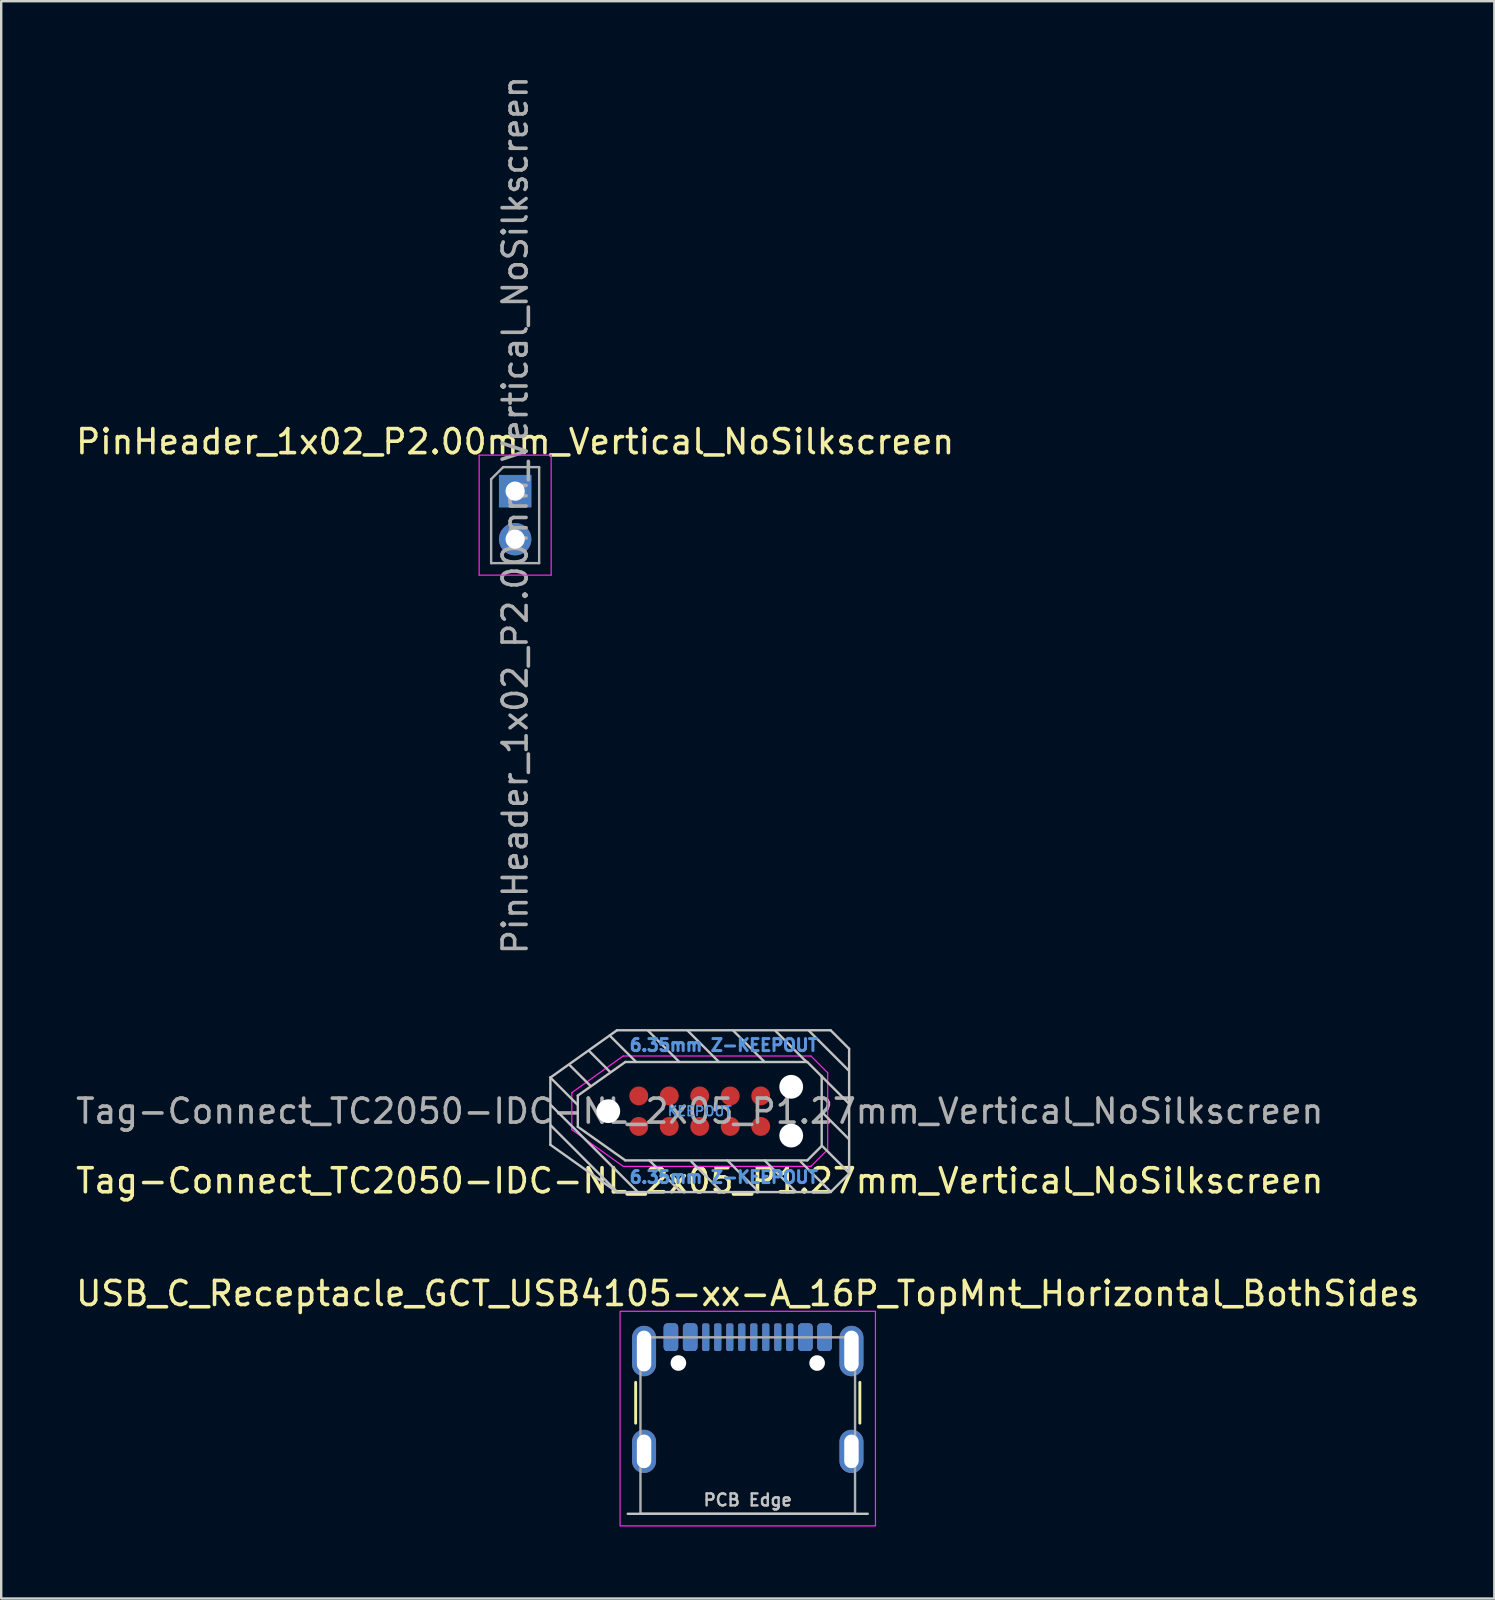
<source format=kicad_pcb>
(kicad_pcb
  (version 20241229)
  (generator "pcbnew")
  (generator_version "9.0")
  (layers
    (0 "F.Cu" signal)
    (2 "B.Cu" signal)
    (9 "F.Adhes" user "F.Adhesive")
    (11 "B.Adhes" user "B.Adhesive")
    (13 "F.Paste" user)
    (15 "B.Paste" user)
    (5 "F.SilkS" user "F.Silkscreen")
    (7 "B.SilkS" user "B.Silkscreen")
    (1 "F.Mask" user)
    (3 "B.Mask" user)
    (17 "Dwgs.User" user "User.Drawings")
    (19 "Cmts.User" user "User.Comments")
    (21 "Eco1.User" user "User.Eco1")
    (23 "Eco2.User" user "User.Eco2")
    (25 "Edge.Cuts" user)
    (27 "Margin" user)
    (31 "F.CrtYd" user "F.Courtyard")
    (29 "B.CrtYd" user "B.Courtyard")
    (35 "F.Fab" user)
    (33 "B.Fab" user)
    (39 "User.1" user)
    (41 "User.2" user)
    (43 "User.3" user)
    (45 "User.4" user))
  (footprint "USB_C_Receptacle_GCT_USB4105-xx-A_16P_TopMnt_Horizontal_BothSides"
    (layer "F.Cu")
    (at 28.101 56.338)
    (property "Reference" "USB_C_Receptacle_GCT_USB4105-xx-A_16P_TopMnt_Horizontal_BothSides" (at 0 -5.5 0) (unlocked yes) (layer "F.SilkS") (effects (font (size 1 1) (thickness 0.15))))
    (attr smd)
    (fp_line (start -4.67 -0.1) (end -4.67 -1.8) (stroke (width 0.12) (type solid)) (layer "F.SilkS"))
    (fp_line (start 4.67 -0.1) (end 4.67 -1.8) (stroke (width 0.12) (type solid)) (layer "F.SilkS"))
    (fp_line (start 5 3.675) (end -5 3.675) (stroke (width 0.1) (type solid)) (layer "Dwgs.User"))
    (fp_rect (start -5.32 -4.76) (end 5.32 4.18) (stroke (width 0.05) (type solid)) (fill no) (layer "F.CrtYd"))
    (fp_rect (start -4.47 -3.675) (end 4.47 3.675) (stroke (width 0.1) (type solid)) (fill no) (layer "F.Fab"))
    (fp_text user "PCB Edge" (at 0 3.1 0) (unlocked yes) (layer "Dwgs.User") (effects (font (size 0.5 0.5) (thickness 0.1))))
    (pad "" np_thru_hole circle (at -2.89 -2.605) (size 0.65 0.65) (drill 0.65) (layers "*.Cu" "*.Mask"))
    (pad "" np_thru_hole circle (at 2.89 -2.605) (size 0.65 0.65) (drill 0.65) (layers "*.Cu" "*.Mask"))
    (pad "A1" smd roundrect (at -3.2 -3.68) (size 0.6 1.15) (layers "F.Cu" "F.Mask" "F.Paste") (roundrect_rratio 0.25))
    (pad "A1" smd roundrect (at 3.2 -3.68) (size 0.6 1.15) (layers "B.Cu" "B.Mask" "B.Paste") (roundrect_rratio 0.25))
    (pad "A4" smd roundrect (at -2.4 -3.68) (size 0.6 1.15) (layers "F.Cu" "F.Mask" "F.Paste") (roundrect_rratio 0.25))
    (pad "A4" smd roundrect (at 2.4 -3.68) (size 0.6 1.15) (layers "B.Cu" "B.Mask" "B.Paste") (roundrect_rratio 0.25))
    (pad "A5" smd roundrect (at -1.25 -3.68) (size 0.3 1.15) (layers "F.Cu" "F.Mask" "F.Paste") (roundrect_rratio 0.25))
    (pad "A5" smd roundrect (at 1.25 -3.68) (size 0.3 1.15) (layers "B.Cu" "B.Mask" "B.Paste") (roundrect_rratio 0.25))
    (pad "A6" smd roundrect (at -0.25 -3.68) (size 0.3 1.15) (layers "F.Cu" "F.Mask" "F.Paste") (roundrect_rratio 0.25))
    (pad "A6" smd roundrect (at 0.25 -3.68) (size 0.3 1.15) (layers "B.Cu" "B.Mask" "B.Paste") (roundrect_rratio 0.25))
    (pad "A7" smd roundrect (at -0.25 -3.68) (size 0.3 1.15) (layers "B.Cu" "B.Mask" "B.Paste") (roundrect_rratio 0.25))
    (pad "A7" smd roundrect (at 0.25 -3.68) (size 0.3 1.15) (layers "F.Cu" "F.Mask" "F.Paste") (roundrect_rratio 0.25))
    (pad "A8" smd roundrect (at -1.25 -3.68) (size 0.3 1.15) (layers "B.Cu" "B.Mask" "B.Paste") (roundrect_rratio 0.25))
    (pad "A8" smd roundrect (at 1.25 -3.68) (size 0.3 1.15) (layers "F.Cu" "F.Mask" "F.Paste") (roundrect_rratio 0.25))
    (pad "A9" smd roundrect (at -2.4 -3.68) (size 0.6 1.15) (layers "B.Cu" "B.Mask" "B.Paste") (roundrect_rratio 0.25))
    (pad "A9" smd roundrect (at 2.4 -3.68) (size 0.6 1.15) (layers "F.Cu" "F.Mask" "F.Paste") (roundrect_rratio 0.25))
    (pad "A12" smd roundrect (at -3.2 -3.68) (size 0.6 1.15) (layers "B.Cu" "B.Mask" "B.Paste") (roundrect_rratio 0.25))
    (pad "A12" smd roundrect (at 3.2 -3.68) (size 0.6 1.15) (layers "F.Cu" "F.Mask" "F.Paste") (roundrect_rratio 0.25))
    (pad "B1" smd roundrect (at -3.2 -3.68) (size 0.6 1.15) (layers "B.Cu" "B.Mask" "B.Paste") (roundrect_rratio 0.25))
    (pad "B1" smd roundrect (at 3.2 -3.68) (size 0.6 1.15) (layers "F.Cu" "F.Mask" "F.Paste") (roundrect_rratio 0.25))
    (pad "B4" smd roundrect (at -2.4 -3.68) (size 0.6 1.15) (layers "B.Cu" "B.Mask" "B.Paste") (roundrect_rratio 0.25))
    (pad "B4" smd roundrect (at 2.4 -3.68) (size 0.6 1.15) (layers "F.Cu" "F.Mask" "F.Paste") (roundrect_rratio 0.25))
    (pad "B5" smd roundrect (at -1.75 -3.68) (size 0.3 1.15) (layers "B.Cu" "B.Mask" "B.Paste") (roundrect_rratio 0.25))
    (pad "B5" smd roundrect (at 1.75 -3.68) (size 0.3 1.15) (layers "F.Cu" "F.Mask" "F.Paste") (roundrect_rratio 0.25))
    (pad "B6" smd roundrect (at -0.75 -3.68) (size 0.3 1.15) (layers "B.Cu" "B.Mask" "B.Paste") (roundrect_rratio 0.25))
    (pad "B6" smd roundrect (at 0.75 -3.68) (size 0.3 1.15) (layers "F.Cu" "F.Mask" "F.Paste") (roundrect_rratio 0.25))
    (pad "B7" smd roundrect (at -0.75 -3.68) (size 0.3 1.15) (layers "F.Cu" "F.Mask" "F.Paste") (roundrect_rratio 0.25))
    (pad "B7" smd roundrect (at 0.75 -3.68) (size 0.3 1.15) (layers "B.Cu" "B.Mask" "B.Paste") (roundrect_rratio 0.25))
    (pad "B8" smd roundrect (at -1.75 -3.68) (size 0.3 1.15) (layers "F.Cu" "F.Mask" "F.Paste") (roundrect_rratio 0.25))
    (pad "B8" smd roundrect (at 1.75 -3.68) (size 0.3 1.15) (layers "B.Cu" "B.Mask" "B.Paste") (roundrect_rratio 0.25))
    (pad "B9" smd roundrect (at -2.4 -3.68) (size 0.6 1.15) (layers "F.Cu" "F.Mask" "F.Paste") (roundrect_rratio 0.25))
    (pad "B9" smd roundrect (at 2.4 -3.68) (size 0.6 1.15) (layers "B.Cu" "B.Mask" "B.Paste") (roundrect_rratio 0.25))
    (pad "B12" smd roundrect (at -3.2 -3.68) (size 0.6 1.15) (layers "F.Cu" "F.Mask" "F.Paste") (roundrect_rratio 0.25))
    (pad "B12" smd roundrect (at 3.2 -3.68) (size 0.6 1.15) (layers "B.Cu" "B.Mask" "B.Paste") (roundrect_rratio 0.25))
    (pad "S1" thru_hole oval (at -4.32 -3.105) (size 1 2.1) (drill oval 0.6 1.7) (layers "*.Cu" "*.Mask" "F.Paste"))
    (pad "S1" thru_hole oval (at -4.32 1.075) (size 1 1.8) (drill oval 0.6 1.4) (layers "*.Cu" "*.Mask" "F.Paste"))
    (pad "S1" thru_hole oval (at 4.32 -3.105) (size 1 2.1) (drill oval 0.6 1.7) (layers "*.Cu" "*.Mask" "F.Paste"))
    (pad "S1" thru_hole oval (at 4.32 1.075) (size 1 1.8) (drill oval 0.6 1.4) (layers "*.Cu" "*.Mask" "F.Paste")))
  (footprint "Tag-Connect_TC2050-IDC-NL_2x05_P1.27mm_Vertical_NoSilkscreen"
    (layer "F.Cu")
    (at 26.101 43.241)
    (property "Reference" "Tag-Connect_TC2050-IDC-NL_2x05_P1.27mm_Vertical_NoSilkscreen" (at 0 2.9 0) (layer "F.SilkS") (effects (font (size 1 1) (thickness 0.15))))
    (attr exclude_from_pos_files exclude_from_bom)
    (fp_line (start -6.223 -1.4) (end -5.1 -0.277) (stroke (width 0.1) (type solid)) (layer "Dwgs.User"))
    (fp_line (start -6.223 -1.4) (end -3.45 -3.37) (stroke (width 0.1) (type solid)) (layer "Dwgs.User"))
    (fp_line (start -6.223 1.4) (end -6.223 -1.4) (stroke (width 0.1) (type solid)) (layer "Dwgs.User"))
    (fp_line (start -6.223 1.4) (end -3.45 3.37) (stroke (width 0.1) (type solid)) (layer "Dwgs.User"))
    (fp_line (start -6.2 -0.25) (end -2.6 3.35) (stroke (width 0.1) (type solid)) (layer "Dwgs.User"))
    (fp_line (start -6.2 0.6) (end -3.45 3.35) (stroke (width 0.1) (type solid)) (layer "Dwgs.User"))
    (fp_line (start -5.4 -1.9) (end -4.55 -1.05) (stroke (width 0.1) (type solid)) (layer "Dwgs.User"))
    (fp_line (start -5.08 -0.65) (end -3.1 -2.05) (stroke (width 0.1) (type solid)) (layer "Dwgs.User"))
    (fp_line (start -5.08 0.65) (end -5.08 -0.65) (stroke (width 0.1) (type solid)) (layer "Dwgs.User"))
    (fp_line (start -4.6 -2.5) (end -3.75 -1.65) (stroke (width 0.1) (type solid)) (layer "Dwgs.User"))
    (fp_line (start -3.75 -3.15) (end -2.65 -2.05) (stroke (width 0.1) (type solid)) (layer "Dwgs.User"))
    (fp_line (start -3.45 -3.37) (end 5.453 -3.37) (stroke (width 0.1) (type solid)) (layer "Dwgs.User"))
    (fp_line (start -3.1 -2.05) (end 4.48 -2.05) (stroke (width 0.1) (type solid)) (layer "Dwgs.User"))
    (fp_line (start -3.1 2.05) (end -5.08 0.65) (stroke (width 0.1) (type solid)) (layer "Dwgs.User"))
    (fp_line (start -2.15 -3.35) (end -0.85 -2.05) (stroke (width 0.1) (type solid)) (layer "Dwgs.User"))
    (fp_line (start -2.1 2.05) (end -0.8 3.35) (stroke (width 0.1) (type solid)) (layer "Dwgs.User"))
    (fp_line (start -0.5 -3.35) (end 0.8 -2.05) (stroke (width 0.1) (type solid)) (layer "Dwgs.User"))
    (fp_line (start -0.35 2.1) (end 0.9 3.35) (stroke (width 0.1) (type solid)) (layer "Dwgs.User"))
    (fp_line (start 1.15 2.05) (end 2.45 3.35) (stroke (width 0.1) (type solid)) (layer "Dwgs.User"))
    (fp_line (start 1.4 -3.35) (end 2.7 -2.05) (stroke (width 0.1) (type solid)) (layer "Dwgs.User"))
    (fp_line (start 2.7 2.05) (end 4 3.35) (stroke (width 0.1) (type solid)) (layer "Dwgs.User"))
    (fp_line (start 3.15 -3.35) (end 4.4 -2.1) (stroke (width 0.1) (type solid)) (layer "Dwgs.User"))
    (fp_line (start 4.2 2.1) (end 5.45 3.35) (stroke (width 0.1) (type solid)) (layer "Dwgs.User"))
    (fp_line (start 4.4 -2.1) (end 4.45 -2.05) (stroke (width 0.1) (type solid)) (layer "Dwgs.User"))
    (fp_line (start 4.48 -2.05) (end 5.08 -1.45) (stroke (width 0.1) (type solid)) (layer "Dwgs.User"))
    (fp_line (start 4.48 2.05) (end -3.1 2.05) (stroke (width 0.1) (type solid)) (layer "Dwgs.User"))
    (fp_line (start 4.48 2.05) (end 5.08 1.45) (stroke (width 0.1) (type solid)) (layer "Dwgs.User"))
    (fp_line (start 4.55 -3.35) (end 6.2 -1.7) (stroke (width 0.1) (type solid)) (layer "Dwgs.User"))
    (fp_line (start 5.08 -1.45) (end 5.08 1.45) (stroke (width 0.1) (type solid)) (layer "Dwgs.User"))
    (fp_line (start 5.08 -1.45) (end 6.2 -0.33) (stroke (width 0.1) (type solid)) (layer "Dwgs.User"))
    (fp_line (start 5.1 0.05) (end 6.2 1.15) (stroke (width 0.1) (type solid)) (layer "Dwgs.User"))
    (fp_line (start 5.1 1.45) (end 6.2 2.55) (stroke (width 0.1) (type solid)) (layer "Dwgs.User"))
    (fp_line (start 5.453 -3.37) (end 6.223 -2.6) (stroke (width 0.1) (type solid)) (layer "Dwgs.User"))
    (fp_line (start 5.453 3.37) (end -3.45 3.37) (stroke (width 0.1) (type solid)) (layer "Dwgs.User"))
    (fp_line (start 5.453 3.37) (end 6.223 2.6) (stroke (width 0.1) (type solid)) (layer "Dwgs.User"))
    (fp_line (start 6.223 -2.6) (end 6.223 2.6) (stroke (width 0.1) (type solid)) (layer "Dwgs.User"))
    (fp_line (start -5.33 -0.77) (end -3.19 -2.3) (stroke (width 0.05) (type solid)) (layer "F.CrtYd"))
    (fp_line (start -5.33 0.77) (end -5.33 -0.77) (stroke (width 0.05) (type solid)) (layer "F.CrtYd"))
    (fp_line (start -3.19 -2.3) (end 4.63 -2.3) (stroke (width 0.05) (type solid)) (layer "F.CrtYd"))
    (fp_line (start -3.19 2.3) (end -5.33 0.77) (stroke (width 0.05) (type solid)) (layer "F.CrtYd"))
    (fp_line (start 4.63 -2.3) (end 5.33 -1.6) (stroke (width 0.05) (type solid)) (layer "F.CrtYd"))
    (fp_line (start 4.63 2.3) (end -3.19 2.3) (stroke (width 0.05) (type solid)) (layer "F.CrtYd"))
    (fp_line (start 4.63 2.3) (end 5.33 1.6) (stroke (width 0.05) (type solid)) (layer "F.CrtYd"))
    (fp_line (start 5.33 -1.6) (end 5.33 1.6) (stroke (width 0.05) (type solid)) (layer "F.CrtYd"))
    (fp_text user "6.35mm Z-KEEPOUT" (at 1 -2.75 0) (layer "Cmts.User") (effects (font (size 0.5 0.5) (thickness 0.125))))
    (fp_text user "KEEPOUT" (at 0 0 0) (layer "Cmts.User") (effects (font (size 0.4 0.4) (thickness 0.07))))
    (fp_text user "6.35mm Z-KEEPOUT" (at 1 2.75 0) (layer "Cmts.User") (effects (font (size 0.5 0.5) (thickness 0.125))))
    (fp_text user "${REFERENCE}" (at 0 0 0) (layer "F.Fab") (effects (font (size 1 1) (thickness 0.15))))
    (pad "" np_thru_hole circle (at -3.81 0) (size 0.991 0.991) (drill 0.991) (layers "*.Cu" "*.Mask"))
    (pad "" np_thru_hole circle (at 3.81 -1.016) (size 0.991 0.991) (drill 0.991) (layers "*.Cu" "*.Mask"))
    (pad "" np_thru_hole circle (at 3.81 1.016) (size 0.991 0.991) (drill 0.991) (layers "*.Cu" "*.Mask"))
    (pad "1" connect circle (at -2.54 0.635) (size 0.787 0.787) (layers "F.Cu" "F.Mask"))
    (pad "2" connect circle (at -1.27 0.635) (size 0.787 0.787) (layers "F.Cu" "F.Mask"))
    (pad "3" connect circle (at 0 0.635) (size 0.787 0.787) (layers "F.Cu" "F.Mask"))
    (pad "4" connect circle (at 1.27 0.635) (size 0.787 0.787) (layers "F.Cu" "F.Mask"))
    (pad "5" connect circle (at 2.54 0.635) (size 0.787 0.787) (layers "F.Cu" "F.Mask"))
    (pad "6" connect circle (at 2.54 -0.635) (size 0.787 0.787) (layers "F.Cu" "F.Mask"))
    (pad "7" connect circle (at 1.27 -0.635) (size 0.787 0.787) (layers "F.Cu" "F.Mask"))
    (pad "8" connect circle (at 0 -0.635) (size 0.787 0.787) (layers "F.Cu" "F.Mask"))
    (pad "9" connect circle (at -1.27 -0.635) (size 0.787 0.787) (layers "F.Cu" "F.Mask"))
    (pad "10" connect circle (at -2.54 -0.635) (size 0.787 0.787) (layers "F.Cu" "F.Mask"))
    (zone (net_name "") (layer "F.Cu") (hatch full 0.508) (connect_pads) (min_thickness 0.254) (filled_areas_thickness no) (keepout (tracks allowed) (vias not_allowed) (pads allowed) (copperpour not_allowed) (footprints not_allowed)) (placement (enabled no)) (fill) (polygon (pts (xy 23.561 43.876) (xy 28.641 43.876) (xy 28.641 42.606) (xy 23.561 42.606)))))
  (footprint "PinHeader_1x02_P2.00mm_Vertical_NoSilkscreen"
    (layer "F.Cu")
    (at 18.411 17.411)
    (property "Reference" "PinHeader_1x02_P2.00mm_Vertical_NoSilkscreen" (at 0 -2.06 0) (layer "F.SilkS") (effects (font (size 1 1) (thickness 0.15))))
    (attr through_hole)
    (fp_line (start -1.5 -1.5) (end -1.5 3.5) (stroke (width 0.05) (type solid)) (layer "F.CrtYd"))
    (fp_line (start -1.5 3.5) (end 1.5 3.5) (stroke (width 0.05) (type solid)) (layer "F.CrtYd"))
    (fp_line (start 1.5 -1.5) (end -1.5 -1.5) (stroke (width 0.05) (type solid)) (layer "F.CrtYd"))
    (fp_line (start 1.5 3.5) (end 1.5 -1.5) (stroke (width 0.05) (type solid)) (layer "F.CrtYd"))
    (fp_line (start -1 -0.5) (end -0.5 -1) (stroke (width 0.1) (type solid)) (layer "F.Fab"))
    (fp_line (start -1 3) (end -1 -0.5) (stroke (width 0.1) (type solid)) (layer "F.Fab"))
    (fp_line (start -0.5 -1) (end 1 -1) (stroke (width 0.1) (type solid)) (layer "F.Fab"))
    (fp_line (start 1 -1) (end 1 3) (stroke (width 0.1) (type solid)) (layer "F.Fab"))
    (fp_line (start 1 3) (end -1 3) (stroke (width 0.1) (type solid)) (layer "F.Fab"))
    (fp_text user "${REFERENCE}" (at 0 1 90) (layer "F.Fab") (effects (font (size 1 1) (thickness 0.15))))
    (pad "1" thru_hole rect (at 0 0) (size 1.35 1.35) (drill 0.8) (layers "*.Cu" "*.Mask"))
    (pad "2" thru_hole oval (at 0 2) (size 1.35 1.35) (drill 0.8) (layers "*.Cu" "*.Mask")))
  (gr_rect
    (start -3 -3)
    (end 59.202 63.543)
    (stroke (width 0.1) (type default))
    (fill no)
    (layer "Edge.Cuts")))
</source>
